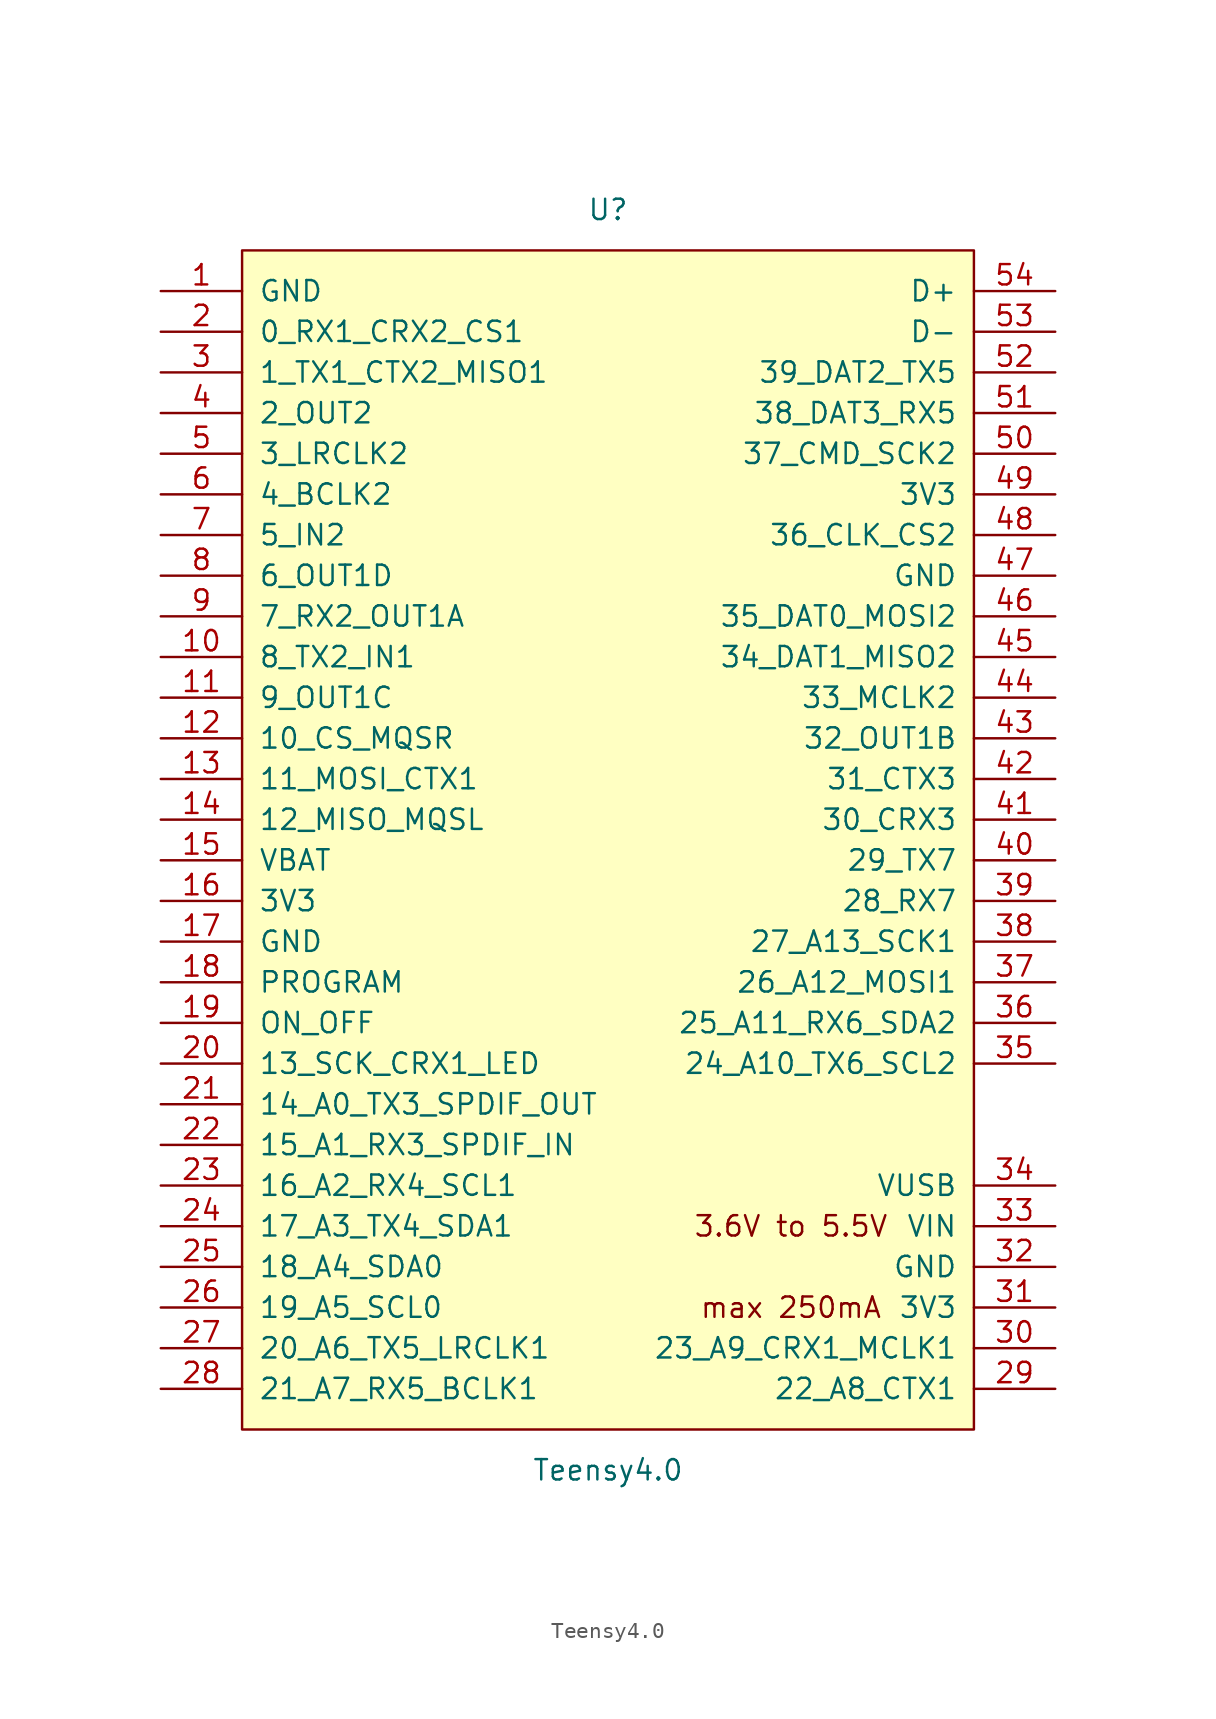
<source format=kicad_sym>
(kicad_symbol_lib
  (version 20220914)
  (generator kicad_symbol_editor)
  (symbol "Teensy4.0"
    (pin_names
      (offset 1.016))
    (property "Reference" "U"
      (at 0 39.37 0)
      (effects (font (size 1.27 1.27))))
    (property "Value" "Teensy4.0"
      (at 0 -39.37 0)
      (effects (font (size 1.27 1.27))))
    (symbol "Teensy4.0_0_0"
      (text "3.6V to 5.5V" (at 11.43 -24.13 0) (effects (font (size 1.27 1.27))))
      (text "max 250mA" (at 11.43 -29.21 0) (effects (font (size 1.27 1.27))))
      (pin bidirectional line (at -27.94 11.43 0) (length 5.08) (name "8_TX2_IN1" (effects (font (size 1.27 1.27)))) (number "10" (effects (font (size 1.27 1.27)))))
      (pin bidirectional line (at -27.94 8.89 0) (length 5.08) (name "9_OUT1C" (effects (font (size 1.27 1.27)))) (number "11" (effects (font (size 1.27 1.27)))))
      (pin bidirectional line (at -27.94 6.35 0) (length 5.08) (name "10_CS_MQSR" (effects (font (size 1.27 1.27)))) (number "12" (effects (font (size 1.27 1.27)))))
      (pin bidirectional line (at -27.94 3.81 0) (length 5.08) (name "11_MOSI_CTX1" (effects (font (size 1.27 1.27)))) (number "13" (effects (font (size 1.27 1.27)))))
      (pin bidirectional line (at -27.94 1.27 0) (length 5.08) (name "12_MISO_MQSL" (effects (font (size 1.27 1.27)))) (number "14" (effects (font (size 1.27 1.27)))))
      (pin power_in line (at -27.94 -1.27 0) (length 5.08) (name "VBAT" (effects (font (size 1.27 1.27)))) (number "15" (effects (font (size 1.27 1.27)))))
      (pin power_in line (at -27.94 -3.81 0) (length 5.08) (name "3V3" (effects (font (size 1.27 1.27)))) (number "16" (effects (font (size 1.27 1.27)))))
      (pin power_in line (at -27.94 -6.35 0) (length 5.08) (name "GND" (effects (font (size 1.27 1.27)))) (number "17" (effects (font (size 1.27 1.27)))))
      (pin input line (at -27.94 -8.89 0) (length 5.08) (name "PROGRAM" (effects (font (size 1.27 1.27)))) (number "18" (effects (font (size 1.27 1.27)))))
      (pin input line (at -27.94 -11.43 0) (length 5.08) (name "ON_OFF" (effects (font (size 1.27 1.27)))) (number "19" (effects (font (size 1.27 1.27)))))
      (pin bidirectional line (at -27.94 -13.97 0) (length 5.08) (name "13_SCK_CRX1_LED" (effects (font (size 1.27 1.27)))) (number "20" (effects (font (size 1.27 1.27)))))
      (pin bidirectional line (at -27.94 -16.51 0) (length 5.08) (name "14_A0_TX3_SPDIF_OUT" (effects (font (size 1.27 1.27)))) (number "21" (effects (font (size 1.27 1.27)))))
      (pin bidirectional line (at -27.94 -19.05 0) (length 5.08) (name "15_A1_RX3_SPDIF_IN" (effects (font (size 1.27 1.27)))) (number "22" (effects (font (size 1.27 1.27)))))
      (pin bidirectional line (at -27.94 -21.59 0) (length 5.08) (name "16_A2_RX4_SCL1" (effects (font (size 1.27 1.27)))) (number "23" (effects (font (size 1.27 1.27)))))
      (pin bidirectional line (at -27.94 -24.13 0) (length 5.08) (name "17_A3_TX4_SDA1" (effects (font (size 1.27 1.27)))) (number "24" (effects (font (size 1.27 1.27)))))
      (pin bidirectional line (at -27.94 -26.67 0) (length 5.08) (name "18_A4_SDA0" (effects (font (size 1.27 1.27)))) (number "25" (effects (font (size 1.27 1.27)))))
      (pin bidirectional line (at -27.94 -29.21 0) (length 5.08) (name "19_A5_SCL0" (effects (font (size 1.27 1.27)))) (number "26" (effects (font (size 1.27 1.27)))))
      (pin bidirectional line (at -27.94 -31.75 0) (length 5.08) (name "20_A6_TX5_LRCLK1" (effects (font (size 1.27 1.27)))) (number "27" (effects (font (size 1.27 1.27)))))
      (pin bidirectional line (at -27.94 -34.29 0) (length 5.08) (name "21_A7_RX5_BCLK1" (effects (font (size 1.27 1.27)))) (number "28" (effects (font (size 1.27 1.27)))))
      (pin bidirectional line (at 27.94 -34.29 180) (length 5.08) (name "22_A8_CTX1" (effects (font (size 1.27 1.27)))) (number "29" (effects (font (size 1.27 1.27)))))
      (pin bidirectional line (at 27.94 -31.75 180) (length 5.08) (name "23_A9_CRX1_MCLK1" (effects (font (size 1.27 1.27)))) (number "30" (effects (font (size 1.27 1.27)))))
      (pin power_out line (at 27.94 -29.21 180) (length 5.08) (name "3V3" (effects (font (size 1.27 1.27)))) (number "31" (effects (font (size 1.27 1.27)))))
      (pin power_in line (at 27.94 -26.67 180) (length 5.08) (name "GND" (effects (font (size 1.27 1.27)))) (number "32" (effects (font (size 1.27 1.27)))))
      (pin power_in line (at 27.94 -24.13 180) (length 5.08) (name "VIN" (effects (font (size 1.27 1.27)))) (number "33" (effects (font (size 1.27 1.27)))))
      (pin power_out line (at 27.94 -21.59 180) (length 5.08) (name "VUSB" (effects (font (size 1.27 1.27)))) (number "34" (effects (font (size 1.27 1.27)))))
      (pin bidirectional line (at 27.94 -13.97 180) (length 5.08) (name "24_A10_TX6_SCL2" (effects (font (size 1.27 1.27)))) (number "35" (effects (font (size 1.27 1.27)))))
      (pin bidirectional line (at 27.94 -11.43 180) (length 5.08) (name "25_A11_RX6_SDA2" (effects (font (size 1.27 1.27)))) (number "36" (effects (font (size 1.27 1.27)))))
      (pin bidirectional line (at 27.94 -8.89 180) (length 5.08) (name "26_A12_MOSI1" (effects (font (size 1.27 1.27)))) (number "37" (effects (font (size 1.27 1.27)))))
      (pin bidirectional line (at 27.94 -6.35 180) (length 5.08) (name "27_A13_SCK1" (effects (font (size 1.27 1.27)))) (number "38" (effects (font (size 1.27 1.27)))))
      (pin bidirectional line (at 27.94 -3.81 180) (length 5.08) (name "28_RX7" (effects (font (size 1.27 1.27)))) (number "39" (effects (font (size 1.27 1.27)))))
      (pin bidirectional line (at 27.94 -1.27 180) (length 5.08) (name "29_TX7" (effects (font (size 1.27 1.27)))) (number "40" (effects (font (size 1.27 1.27)))))
      (pin bidirectional line (at 27.94 1.27 180) (length 5.08) (name "30_CRX3" (effects (font (size 1.27 1.27)))) (number "41" (effects (font (size 1.27 1.27)))))
      (pin bidirectional line (at 27.94 3.81 180) (length 5.08) (name "31_CTX3" (effects (font (size 1.27 1.27)))) (number "42" (effects (font (size 1.27 1.27)))))
      (pin bidirectional line (at 27.94 6.35 180) (length 5.08) (name "32_OUT1B" (effects (font (size 1.27 1.27)))) (number "43" (effects (font (size 1.27 1.27)))))
      (pin bidirectional line (at 27.94 8.89 180) (length 5.08) (name "33_MCLK2" (effects (font (size 1.27 1.27)))) (number "44" (effects (font (size 1.27 1.27)))))
      (pin bidirectional line (at 27.94 11.43 180) (length 5.08) (name "34_DAT1_MISO2" (effects (font (size 1.27 1.27)))) (number "45" (effects (font (size 1.27 1.27)))))
      (pin bidirectional line (at 27.94 13.97 180) (length 5.08) (name "35_DAT0_MOSI2" (effects (font (size 1.27 1.27)))) (number "46" (effects (font (size 1.27 1.27)))))
      (pin power_out line (at 27.94 16.51 180) (length 5.08) (name "GND" (effects (font (size 1.27 1.27)))) (number "47" (effects (font (size 1.27 1.27)))))
      (pin bidirectional line (at 27.94 19.05 180) (length 5.08) (name "36_CLK_CS2" (effects (font (size 1.27 1.27)))) (number "48" (effects (font (size 1.27 1.27)))))
      (pin power_out line (at 27.94 21.59 180) (length 5.08) (name "3V3" (effects (font (size 1.27 1.27)))) (number "49" (effects (font (size 1.27 1.27)))))
      (pin bidirectional line (at -27.94 24.13 0) (length 5.08) (name "3_LRCLK2" (effects (font (size 1.27 1.27)))) (number "5" (effects (font (size 1.27 1.27)))))
      (pin bidirectional line (at 27.94 24.13 180) (length 5.08) (name "37_CMD_SCK2" (effects (font (size 1.27 1.27)))) (number "50" (effects (font (size 1.27 1.27)))))
      (pin bidirectional line (at 27.94 26.67 180) (length 5.08) (name "38_DAT3_RX5" (effects (font (size 1.27 1.27)))) (number "51" (effects (font (size 1.27 1.27)))))
      (pin bidirectional line (at 27.94 29.21 180) (length 5.08) (name "39_DAT2_TX5" (effects (font (size 1.27 1.27)))) (number "52" (effects (font (size 1.27 1.27)))))
      (pin bidirectional line (at 27.94 31.75 180) (length 5.08) (name "D-" (effects (font (size 1.27 1.27)))) (number "53" (effects (font (size 1.27 1.27)))))
      (pin bidirectional line (at 27.94 34.29 180) (length 5.08) (name "D+" (effects (font (size 1.27 1.27)))) (number "54" (effects (font (size 1.27 1.27)))))
      (pin bidirectional line (at -27.94 21.59 0) (length 5.08) (name "4_BCLK2" (effects (font (size 1.27 1.27)))) (number "6" (effects (font (size 1.27 1.27)))))
      (pin bidirectional line (at -27.94 19.05 0) (length 5.08) (name "5_IN2" (effects (font (size 1.27 1.27)))) (number "7" (effects (font (size 1.27 1.27)))))
      (pin bidirectional line (at -27.94 16.51 0) (length 5.08) (name "6_OUT1D" (effects (font (size 1.27 1.27)))) (number "8" (effects (font (size 1.27 1.27)))))
      (pin bidirectional line (at -27.94 13.97 0) (length 5.08) (name "7_RX2_OUT1A" (effects (font (size 1.27 1.27)))) (number "9" (effects (font (size 1.27 1.27))))))
    (symbol "Teensy4.0_0_1"
      (rectangle (start -20.32 -31.75) (end -20.32 -31.75) (stroke (width 0) (type solid)) (fill (type none))))
    (symbol "Teensy4.0_1_1"
      (rectangle (start -22.86 36.83) (end 22.86 -36.83) (stroke (width 0) (type solid)) (fill (type background)))
      (pin power_in line (at -27.94 34.29 0) (length 5.08) (name "GND" (effects (font (size 1.27 1.27)))) (number "1" (effects (font (size 1.27 1.27)))))
      (pin bidirectional line (at -27.94 31.75 0) (length 5.08) (name "0_RX1_CRX2_CS1" (effects (font (size 1.27 1.27)))) (number "2" (effects (font (size 1.27 1.27)))))
      (pin bidirectional line (at -27.94 29.21 0) (length 5.08) (name "1_TX1_CTX2_MISO1" (effects (font (size 1.27 1.27)))) (number "3" (effects (font (size 1.27 1.27)))))
      (pin bidirectional line (at -27.94 26.67 0) (length 5.08) (name "2_OUT2" (effects (font (size 1.27 1.27)))) (number "4" (effects (font (size 1.27 1.27))))))))
</source>
